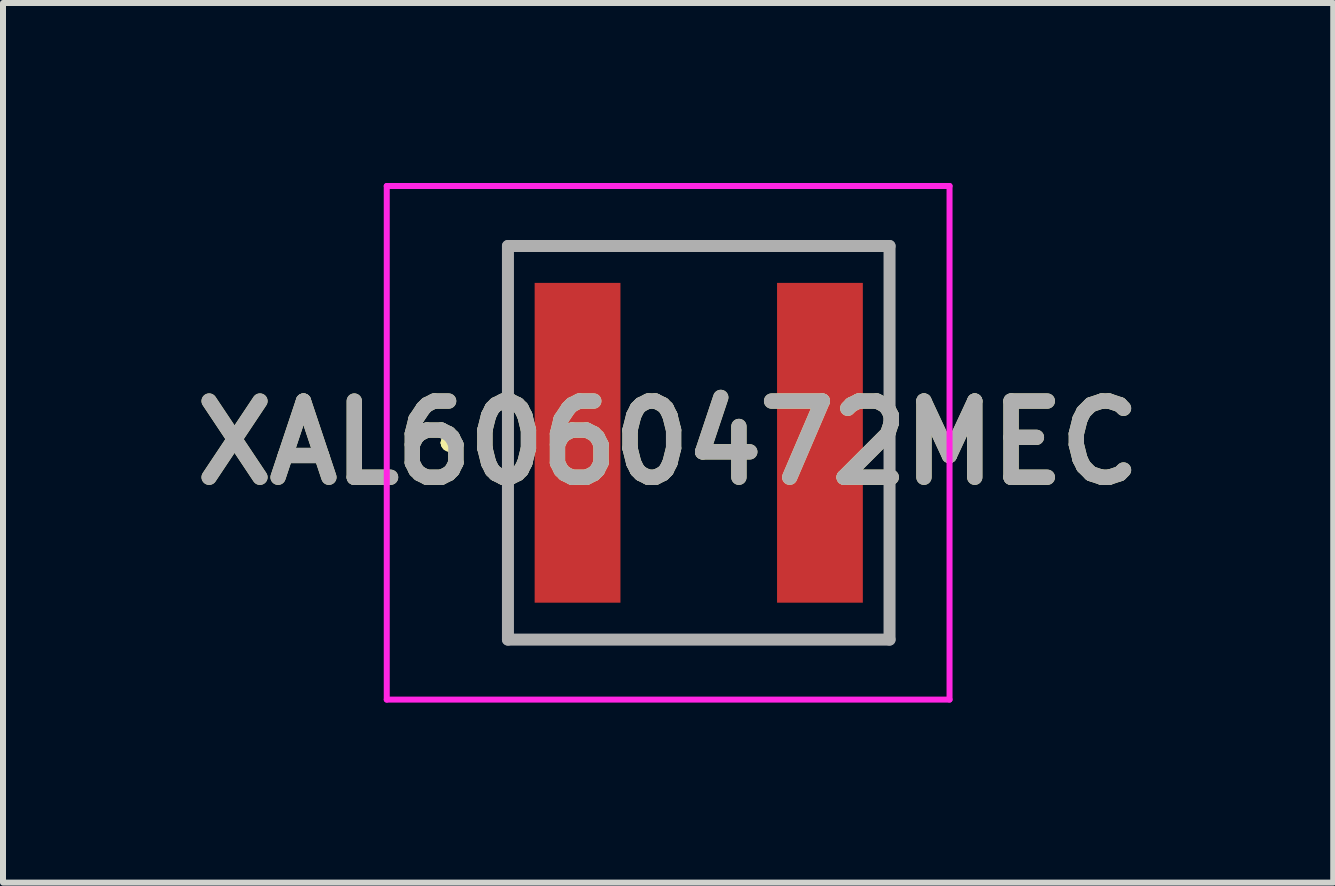
<source format=kicad_pcb>
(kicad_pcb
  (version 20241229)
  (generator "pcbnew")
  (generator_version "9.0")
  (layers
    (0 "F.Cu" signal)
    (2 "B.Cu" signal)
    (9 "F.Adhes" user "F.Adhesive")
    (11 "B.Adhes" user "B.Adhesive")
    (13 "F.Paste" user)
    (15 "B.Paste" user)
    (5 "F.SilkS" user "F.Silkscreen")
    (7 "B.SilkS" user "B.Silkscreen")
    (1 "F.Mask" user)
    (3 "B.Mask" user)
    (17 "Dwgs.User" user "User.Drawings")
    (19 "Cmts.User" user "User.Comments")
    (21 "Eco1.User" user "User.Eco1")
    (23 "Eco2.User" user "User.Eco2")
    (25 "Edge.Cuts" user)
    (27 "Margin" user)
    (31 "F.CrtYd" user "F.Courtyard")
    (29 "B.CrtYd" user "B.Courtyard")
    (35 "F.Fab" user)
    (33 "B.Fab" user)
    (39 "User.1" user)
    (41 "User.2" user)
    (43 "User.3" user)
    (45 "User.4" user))
  (footprint "XAL6060472MEC"
    (layer "F.Cu")
    (at 8.596 4.33)
    (property "Reference" "XAL6060472MEC" (at -0.51 0 0) (layer "F.SilkS") (effects (font (size 1.27 1.27) (thickness 0.254))))
    (attr smd)
    (fp_line (start -4.2 0) (end -4.2 0) (stroke (width 0.2) (type solid)) (layer "F.SilkS"))
    (fp_line (start -4.2 0) (end -4.2 0) (stroke (width 0.2) (type solid)) (layer "F.SilkS"))
    (fp_line (start -4.1 0) (end -4.1 0) (stroke (width 0.2) (type solid)) (layer "F.SilkS"))
    (fp_line (start -3.18 -3.28) (end 3.18 -3.28) (stroke (width 0.1) (type solid)) (layer "F.SilkS"))
    (fp_line (start -3.18 3.28) (end -3.18 -3.28) (stroke (width 0.1) (type solid)) (layer "F.SilkS"))
    (fp_line (start 3.18 -3.28) (end 3.18 3.28) (stroke (width 0.1) (type solid)) (layer "F.SilkS"))
    (fp_line (start 3.18 3.28) (end -3.18 3.28) (stroke (width 0.1) (type solid)) (layer "F.SilkS"))
    (fp_arc (start -4.2 0) (mid -4.15 -0.05) (end -4.1 0) (stroke (width 0.2) (type solid)) (layer "F.SilkS"))
    (fp_arc (start -4.1 0) (mid -4.15 0.05) (end -4.2 0) (stroke (width 0.2) (type solid)) (layer "F.SilkS"))
    (fp_arc (start -4.1 0) (mid -4.15 0.05) (end -4.2 0) (stroke (width 0.2) (type solid)) (layer "F.SilkS"))
    (fp_line (start -5.2 -4.28) (end 4.18 -4.28) (stroke (width 0.1) (type solid)) (layer "F.CrtYd"))
    (fp_line (start -5.2 4.28) (end -5.2 -4.28) (stroke (width 0.1) (type solid)) (layer "F.CrtYd"))
    (fp_line (start 4.18 -4.28) (end 4.18 4.28) (stroke (width 0.1) (type solid)) (layer "F.CrtYd"))
    (fp_line (start 4.18 4.28) (end -5.2 4.28) (stroke (width 0.1) (type solid)) (layer "F.CrtYd"))
    (fp_line (start -3.18 -3.28) (end -3.18 3.28) (stroke (width 0.2) (type solid)) (layer "F.Fab"))
    (fp_line (start -3.18 3.28) (end 3.18 3.28) (stroke (width 0.2) (type solid)) (layer "F.Fab"))
    (fp_line (start 3.18 -3.28) (end -3.18 -3.28) (stroke (width 0.2) (type solid)) (layer "F.Fab"))
    (fp_line (start 3.18 3.28) (end 3.18 -3.28) (stroke (width 0.2) (type solid)) (layer "F.Fab"))
    (fp_text user "${REFERENCE}" (at -0.51 0 0) (layer "F.Fab") (effects (font (size 1.27 1.27) (thickness 0.254))))
    (pad "1" smd rect (at -2.02 0) (size 1.43 5.33) (layers "F.Cu" "F.Mask" "F.Paste"))
    (pad "2" smd rect (at 2.02 0) (size 1.43 5.33) (layers "F.Cu" "F.Mask" "F.Paste")))
  (gr_rect
    (start -3 -3)
    (end 19.171 11.66)
    (stroke (width 0.1) (type default))
    (fill no)
    (layer "Edge.Cuts")))
</source>
